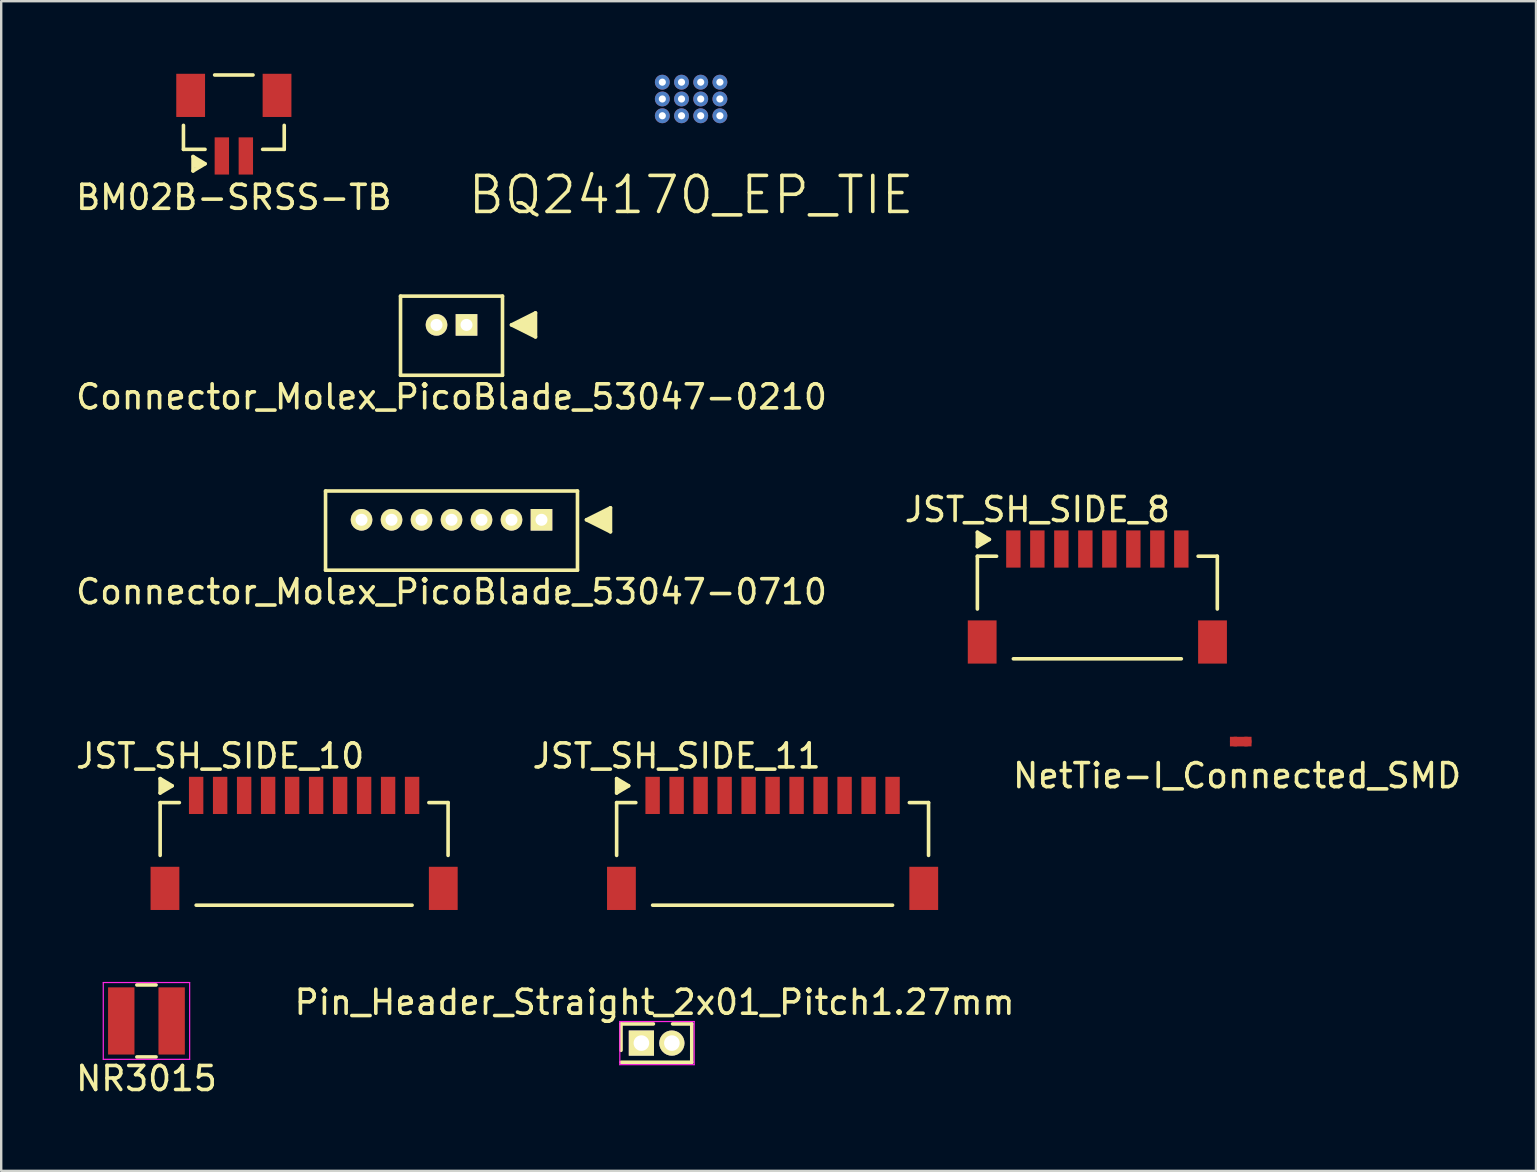
<source format=kicad_pcb>
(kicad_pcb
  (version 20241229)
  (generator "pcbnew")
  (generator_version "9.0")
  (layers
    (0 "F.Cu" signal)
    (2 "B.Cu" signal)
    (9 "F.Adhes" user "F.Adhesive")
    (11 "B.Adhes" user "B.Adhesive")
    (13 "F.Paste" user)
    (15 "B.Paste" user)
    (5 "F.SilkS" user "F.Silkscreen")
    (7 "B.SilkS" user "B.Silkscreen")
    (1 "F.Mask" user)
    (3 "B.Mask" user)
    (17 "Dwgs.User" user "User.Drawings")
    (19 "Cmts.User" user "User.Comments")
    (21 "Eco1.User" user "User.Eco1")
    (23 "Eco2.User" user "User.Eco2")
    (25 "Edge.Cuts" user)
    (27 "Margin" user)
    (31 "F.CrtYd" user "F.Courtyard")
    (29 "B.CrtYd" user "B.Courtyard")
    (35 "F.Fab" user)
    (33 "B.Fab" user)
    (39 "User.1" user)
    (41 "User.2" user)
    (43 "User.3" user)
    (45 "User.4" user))
  (footprint "JST_SH_SIDE_10"
    (layer "F.Cu")
    (at 5.125 30.101)
    (property "Reference" "JST_SH_SIDE_10" (at 1 -1.645 180) (layer "F.SilkS") (effects (font (size 1 1) (thickness 0.15))))
    (attr through_hole)
    (fp_line (start -1.5 -0.7) (end -1.5 -0.1) (stroke (width 0.15) (type solid)) (layer "F.SilkS"))
    (fp_line (start -1.5 -0.7) (end -1 -0.4) (stroke (width 0.15) (type solid)) (layer "F.SilkS"))
    (fp_line (start -1.5 0.3) (end -0.7 0.3) (stroke (width 0.15) (type solid)) (layer "F.SilkS"))
    (fp_line (start -1.5 2.5) (end -1.5 0.3) (stroke (width 0.15) (type solid)) (layer "F.SilkS"))
    (fp_line (start -1.4 -0.6) (end -1.4 -0.3) (stroke (width 0.15) (type solid)) (layer "F.SilkS"))
    (fp_line (start -1.3 -0.5) (end -1.3 -0.3) (stroke (width 0.15) (type solid)) (layer "F.SilkS"))
    (fp_line (start -1.2 -0.5) (end -1.2 -0.3) (stroke (width 0.15) (type solid)) (layer "F.SilkS"))
    (fp_line (start -1 -0.4) (end -1.5 -0.1) (stroke (width 0.15) (type solid)) (layer "F.SilkS"))
    (fp_line (start 0 4.575) (end 9 4.575) (stroke (width 0.15) (type solid)) (layer "F.SilkS"))
    (fp_line (start 9.7 0.3) (end 10.5 0.3) (stroke (width 0.15) (type solid)) (layer "F.SilkS"))
    (fp_line (start 10.5 2.5) (end 10.5 0.3) (stroke (width 0.15) (type solid)) (layer "F.SilkS"))
    (pad "" smd rect (at -1.3 3.875) (size 1.2 1.8) (layers "F.Cu" "F.Mask" "F.Paste"))
    (pad "" smd rect (at 10.3 3.875) (size 1.2 1.8) (layers "F.Cu" "F.Mask" "F.Paste"))
    (pad "1" smd rect (at 0 0) (size 0.6 1.55) (layers "F.Cu" "F.Mask" "F.Paste"))
    (pad "2" smd rect (at 1 0) (size 0.6 1.55) (layers "F.Cu" "F.Mask" "F.Paste"))
    (pad "3" smd rect (at 2 0) (size 0.6 1.55) (layers "F.Cu" "F.Mask" "F.Paste"))
    (pad "4" smd rect (at 3 0) (size 0.6 1.55) (layers "F.Cu" "F.Mask" "F.Paste"))
    (pad "5" smd rect (at 4 0) (size 0.6 1.55) (layers "F.Cu" "F.Mask" "F.Paste"))
    (pad "6" smd rect (at 5 0) (size 0.6 1.55) (layers "F.Cu" "F.Mask" "F.Paste"))
    (pad "7" smd rect (at 6 0) (size 0.6 1.55) (layers "F.Cu" "F.Mask" "F.Paste"))
    (pad "8" smd rect (at 7 0) (size 0.6 1.55) (layers "F.Cu" "F.Mask" "F.Paste"))
    (pad "9" smd rect (at 8 0) (size 0.6 1.55) (layers "F.Cu" "F.Mask" "F.Paste"))
    (pad "10" smd rect (at 9 0) (size 0.6 1.55) (layers "F.Cu" "F.Mask" "F.Paste")))
  (footprint "NetTie-I_Connected_SMD"
    (layer "F.Cu")
    (at 48.661 27.857)
    (property "Reference" "NetTie-I_Connected_SMD" (at -0.152 1.422 0) (layer "F.SilkS") (effects (font (size 1 1) (thickness 0.15))))
    (attr through_hole)
    (fp_line (start 0.25 0) (end -0.25 0) (stroke (width 0.4) (type solid)) (layer "F.Cu"))
    (pad "1" smd rect (at -0.3 0) (size 0.3 0.4) (layers "F.Cu"))
    (pad "2" smd rect (at 0.3 0 180) (size 0.3 0.4) (layers "F.Cu")))
  (footprint "Connector_Molex_PicoBlade_53047-0710"
    (layer "F.Cu")
    (at 15.768 18.614)
    (property "Reference" "Connector_Molex_PicoBlade_53047-0710" (at 0 3 0) (layer "F.SilkS") (effects (font (size 1 1) (thickness 0.15))))
    (attr smd)
    (fp_line (start -5.25 -1.2) (end 5.25 -1.2) (stroke (width 0.15) (type solid)) (layer "F.SilkS"))
    (fp_line (start -5.25 2.1) (end -5.25 -1.2) (stroke (width 0.15) (type solid)) (layer "F.SilkS"))
    (fp_line (start -5.25 2.1) (end 5.25 2.1) (stroke (width 0.15) (type solid)) (layer "F.SilkS"))
    (fp_line (start 5.25 -1.2) (end 5.25 2.1) (stroke (width 0.15) (type solid)) (layer "F.SilkS"))
    (fp_line (start 5.625 0) (end 6.625 -0.5) (stroke (width 0.15) (type solid)) (layer "F.SilkS"))
    (fp_line (start 5.625 0) (end 6.625 0.5) (stroke (width 0.15) (type solid)) (layer "F.SilkS"))
    (fp_line (start 5.725 0) (end 5.825 0) (stroke (width 0.15) (type solid)) (layer "F.SilkS"))
    (fp_line (start 5.925 -0.1) (end 5.925 0.1) (stroke (width 0.15) (type solid)) (layer "F.SilkS"))
    (fp_line (start 6.025 -0.1) (end 6.025 0.1) (stroke (width 0.15) (type solid)) (layer "F.SilkS"))
    (fp_line (start 6.125 0.2) (end 6.125 -0.2) (stroke (width 0.15) (type solid)) (layer "F.SilkS"))
    (fp_line (start 6.225 -0.2) (end 6.225 0.2) (stroke (width 0.15) (type solid)) (layer "F.SilkS"))
    (fp_line (start 6.325 0.3) (end 6.325 -0.3) (stroke (width 0.15) (type solid)) (layer "F.SilkS"))
    (fp_line (start 6.425 -0.3) (end 6.425 0.3) (stroke (width 0.15) (type solid)) (layer "F.SilkS"))
    (fp_line (start 6.525 -0.4) (end 6.525 0.4) (stroke (width 0.15) (type solid)) (layer "F.SilkS"))
    (fp_line (start 6.625 0.5) (end 6.625 -0.5) (stroke (width 0.15) (type solid)) (layer "F.SilkS"))
    (pad "1" thru_hole rect (at 3.75 0) (size 0.9 0.9) (drill 0.5) (layers "*.Cu" "*.Mask" "F.SilkS"))
    (pad "2" thru_hole circle (at 2.5 0) (size 0.9 0.9) (drill 0.5) (layers "*.Cu" "*.Mask" "F.SilkS"))
    (pad "3" thru_hole circle (at 1.25 0) (size 0.9 0.9) (drill 0.5) (layers "*.Cu" "*.Mask" "F.SilkS"))
    (pad "4" thru_hole circle (at 0 0) (size 0.9 0.9) (drill 0.5) (layers "*.Cu" "*.Mask" "F.SilkS"))
    (pad "5" thru_hole circle (at -1.25 0) (size 0.9 0.9) (drill 0.5) (layers "*.Cu" "*.Mask" "F.SilkS"))
    (pad "6" thru_hole circle (at -2.5 0) (size 0.9 0.9) (drill 0.5) (layers "*.Cu" "*.Mask" "F.SilkS"))
    (pad "7" thru_hole circle (at -3.75 0) (size 0.9 0.9) (drill 0.5) (layers "*.Cu" "*.Mask" "F.SilkS")))
  (footprint "BQ24170_EP_TIE"
    (layer "F.Cu")
    (at 25.754 1.075)
    (property "Reference" "BQ24170_EP_TIE" (at 0 4 0) (layer "F.SilkS") (effects (font (size 1.5 1.5) (thickness 0.15))))
    (attr through_hole)
    (fp_line (start -1.5 -1) (end 1.5 -1) (stroke (width 0.15) (type solid)) (layer "F.Mask"))
    (fp_line (start -1.5 1) (end -1.5 -1) (stroke (width 0.15) (type solid)) (layer "F.Mask"))
    (fp_line (start -1.4 -1) (end -1.4 1) (stroke (width 0.15) (type solid)) (layer "F.Mask"))
    (fp_line (start -1.2 -0.6) (end 1.2 -0.6) (stroke (width 0.7) (type solid)) (layer "F.Mask"))
    (fp_line (start -1.2 0) (end 1.2 0) (stroke (width 0.7) (type solid)) (layer "F.Mask"))
    (fp_line (start -1.2 0.6) (end 1.2 0.6) (stroke (width 0.7) (type solid)) (layer "F.Mask"))
    (fp_line (start 1.4 -1) (end 1.4 1) (stroke (width 0.15) (type solid)) (layer "F.Mask"))
    (fp_line (start 1.5 -1) (end 1.5 1) (stroke (width 0.15) (type solid)) (layer "F.Mask"))
    (fp_line (start 1.5 1) (end -1.5 1) (stroke (width 0.15) (type solid)) (layer "F.Mask"))
    (fp_line (start -1.5 -1) (end 1.5 -1) (stroke (width 0.15) (type solid)) (layer "F.Paste"))
    (fp_line (start -1.5 1) (end -1.5 -1) (stroke (width 0.15) (type solid)) (layer "F.Paste"))
    (fp_line (start -1.4 -1) (end -1.4 1) (stroke (width 0.15) (type solid)) (layer "F.Paste"))
    (fp_line (start -1.2 -0.6) (end 1.2 -0.6) (stroke (width 0.7) (type solid)) (layer "F.Paste"))
    (fp_line (start -1.2 0) (end 1.2 0) (stroke (width 0.7) (type solid)) (layer "F.Paste"))
    (fp_line (start -1.2 0.6) (end 1.2 0.6) (stroke (width 0.7) (type solid)) (layer "F.Paste"))
    (fp_line (start 1.4 -1) (end 1.4 1) (stroke (width 0.15) (type solid)) (layer "F.Paste"))
    (fp_line (start 1.5 -1) (end 1.5 1) (stroke (width 0.15) (type solid)) (layer "F.Paste"))
    (fp_line (start 1.5 1) (end -1.5 1) (stroke (width 0.15) (type solid)) (layer "F.Paste"))
    (pad "1" thru_hole circle (at -1.2 -0.7) (size 0.62 0.62) (drill 0.3) (layers "*.Cu"))
    (pad "1" thru_hole circle (at -1.2 0) (size 0.62 0.62) (drill 0.3) (layers "*.Cu"))
    (pad "1" thru_hole circle (at -1.2 0.7) (size 0.62 0.62) (drill 0.3) (layers "*.Cu"))
    (pad "1" thru_hole circle (at -0.4 -0.7) (size 0.62 0.62) (drill 0.3) (layers "*.Cu"))
    (pad "1" thru_hole circle (at -0.4 0) (size 0.62 0.62) (drill 0.3) (layers "*.Cu"))
    (pad "1" thru_hole circle (at -0.4 0.7) (size 0.62 0.62) (drill 0.3) (layers "*.Cu"))
    (pad "2" thru_hole circle (at 0.4 -0.7) (size 0.62 0.62) (drill 0.3) (layers "*.Cu"))
    (pad "2" thru_hole circle (at 0.4 0) (size 0.62 0.62) (drill 0.3) (layers "*.Cu"))
    (pad "2" thru_hole circle (at 0.4 0.7) (size 0.62 0.62) (drill 0.3) (layers "*.Cu"))
    (pad "2" thru_hole circle (at 1.2 -0.7) (size 0.62 0.62) (drill 0.3) (layers "*.Cu"))
    (pad "2" thru_hole circle (at 1.2 0) (size 0.62 0.62) (drill 0.3) (layers "*.Cu"))
    (pad "2" thru_hole circle (at 1.2 0.7) (size 0.62 0.62) (drill 0.3) (layers "*.Cu")))
  (footprint "Connector_Molex_PicoBlade_53047-0210"
    (layer "F.Cu")
    (at 15.768 10.491)
    (property "Reference" "Connector_Molex_PicoBlade_53047-0210" (at 0 3 0) (layer "F.SilkS") (effects (font (size 1 1) (thickness 0.15))))
    (attr smd)
    (fp_line (start -2.125 -1.2) (end 2.125 -1.2) (stroke (width 0.15) (type solid)) (layer "F.SilkS"))
    (fp_line (start -2.125 2.1) (end -2.125 -1.2) (stroke (width 0.15) (type solid)) (layer "F.SilkS"))
    (fp_line (start 2.125 -1.2) (end 2.125 2.1) (stroke (width 0.15) (type solid)) (layer "F.SilkS"))
    (fp_line (start 2.125 2.1) (end -2.125 2.1) (stroke (width 0.15) (type solid)) (layer "F.SilkS"))
    (fp_line (start 2.5 0) (end 3.5 -0.5) (stroke (width 0.15) (type solid)) (layer "F.SilkS"))
    (fp_line (start 2.5 0) (end 3.5 0.5) (stroke (width 0.15) (type solid)) (layer "F.SilkS"))
    (fp_line (start 2.6 0) (end 2.7 0) (stroke (width 0.15) (type solid)) (layer "F.SilkS"))
    (fp_line (start 2.8 -0.1) (end 2.8 0.1) (stroke (width 0.15) (type solid)) (layer "F.SilkS"))
    (fp_line (start 2.9 -0.1) (end 2.9 0.1) (stroke (width 0.15) (type solid)) (layer "F.SilkS"))
    (fp_line (start 3 0.2) (end 3 -0.2) (stroke (width 0.15) (type solid)) (layer "F.SilkS"))
    (fp_line (start 3.1 -0.2) (end 3.1 0.2) (stroke (width 0.15) (type solid)) (layer "F.SilkS"))
    (fp_line (start 3.2 0.3) (end 3.2 -0.3) (stroke (width 0.15) (type solid)) (layer "F.SilkS"))
    (fp_line (start 3.3 -0.3) (end 3.3 0.3) (stroke (width 0.15) (type solid)) (layer "F.SilkS"))
    (fp_line (start 3.4 -0.4) (end 3.4 0.4) (stroke (width 0.15) (type solid)) (layer "F.SilkS"))
    (fp_line (start 3.5 0.5) (end 3.5 -0.5) (stroke (width 0.15) (type solid)) (layer "F.SilkS"))
    (pad "1" thru_hole rect (at 0.625 0) (size 0.9 0.9) (drill 0.5) (layers "*.Cu" "*.Mask" "F.SilkS"))
    (pad "2" thru_hole circle (at -0.625 0) (size 0.9 0.9) (drill 0.5) (layers "*.Cu" "*.Mask" "F.SilkS")))
  (footprint "NR3015"
    (layer "F.Cu")
    (at 3.054 39.501)
    (property "Reference" "NR3015" (at 0 2.4 0) (layer "F.SilkS") (effects (font (size 1 1) (thickness 0.15))))
    (attr smd)
    (fp_line (start -0.4 -1.5) (end 0.4 -1.5) (stroke (width 0.15) (type solid)) (layer "F.SilkS"))
    (fp_line (start 0.4 1.5) (end -0.4 1.5) (stroke (width 0.15) (type solid)) (layer "F.SilkS"))
    (fp_line (start -1.8 -1.6) (end 1.8 -1.6) (stroke (width 0.05) (type solid)) (layer "F.CrtYd"))
    (fp_line (start -1.8 1.6) (end -1.8 -1.6) (stroke (width 0.05) (type solid)) (layer "F.CrtYd"))
    (fp_line (start 1.8 -1.6) (end 1.8 1.6) (stroke (width 0.05) (type solid)) (layer "F.CrtYd"))
    (fp_line (start 1.8 1.6) (end -1.8 1.6) (stroke (width 0.05) (type solid)) (layer "F.CrtYd"))
    (pad "1" smd rect (at -1.05 0) (size 1.1 2.8) (layers "F.Cu" "F.Mask" "F.Paste"))
    (pad "2" smd rect (at 1.05 0) (size 1.1 2.8) (layers "F.Cu" "F.Mask" "F.Paste")))
  (footprint "JST_SH_SIDE_8"
    (layer "F.Cu")
    (at 39.185 19.832)
    (property "Reference" "JST_SH_SIDE_8" (at 1 -1.645 180) (layer "F.SilkS") (effects (font (size 1 1) (thickness 0.15))))
    (attr through_hole)
    (fp_line (start -1.5 -0.7) (end -1.5 -0.1) (stroke (width 0.15) (type solid)) (layer "F.SilkS"))
    (fp_line (start -1.5 -0.7) (end -1 -0.4) (stroke (width 0.15) (type solid)) (layer "F.SilkS"))
    (fp_line (start -1.5 0.3) (end -0.7 0.3) (stroke (width 0.15) (type solid)) (layer "F.SilkS"))
    (fp_line (start -1.5 2.5) (end -1.5 0.3) (stroke (width 0.15) (type solid)) (layer "F.SilkS"))
    (fp_line (start -1.4 -0.6) (end -1.4 -0.3) (stroke (width 0.15) (type solid)) (layer "F.SilkS"))
    (fp_line (start -1.3 -0.5) (end -1.3 -0.3) (stroke (width 0.15) (type solid)) (layer "F.SilkS"))
    (fp_line (start -1.2 -0.5) (end -1.2 -0.3) (stroke (width 0.15) (type solid)) (layer "F.SilkS"))
    (fp_line (start -1 -0.4) (end -1.5 -0.1) (stroke (width 0.15) (type solid)) (layer "F.SilkS"))
    (fp_line (start 0 4.575) (end 7 4.575) (stroke (width 0.15) (type solid)) (layer "F.SilkS"))
    (fp_line (start 7.7 0.3) (end 8.5 0.3) (stroke (width 0.15) (type solid)) (layer "F.SilkS"))
    (fp_line (start 8.5 2.5) (end 8.5 0.3) (stroke (width 0.15) (type solid)) (layer "F.SilkS"))
    (pad "" smd rect (at -1.3 3.875) (size 1.2 1.8) (layers "F.Cu" "F.Mask" "F.Paste"))
    (pad "" smd rect (at 8.3 3.875) (size 1.2 1.8) (layers "F.Cu" "F.Mask" "F.Paste"))
    (pad "1" smd rect (at 0 0) (size 0.6 1.55) (layers "F.Cu" "F.Mask" "F.Paste"))
    (pad "2" smd rect (at 1 0) (size 0.6 1.55) (layers "F.Cu" "F.Mask" "F.Paste"))
    (pad "3" smd rect (at 2 0) (size 0.6 1.55) (layers "F.Cu" "F.Mask" "F.Paste"))
    (pad "4" smd rect (at 3 0) (size 0.6 1.55) (layers "F.Cu" "F.Mask" "F.Paste"))
    (pad "5" smd rect (at 4 0) (size 0.6 1.55) (layers "F.Cu" "F.Mask" "F.Paste"))
    (pad "6" smd rect (at 5 0) (size 0.6 1.55) (layers "F.Cu" "F.Mask" "F.Paste"))
    (pad "7" smd rect (at 6 0) (size 0.6 1.55) (layers "F.Cu" "F.Mask" "F.Paste"))
    (pad "8" smd rect (at 7 0) (size 0.6 1.55) (layers "F.Cu" "F.Mask" "F.Paste")))
  (footprint "Pin_Header_Straight_2x01_Pitch1.27mm"
    (layer "F.Cu")
    (at 23.682 40.424)
    (property "Reference" "Pin_Header_Straight_2x01_Pitch1.27mm" (at 0.55 -1.7 0) (layer "F.SilkS") (effects (font (size 1 1) (thickness 0.15))))
    (attr through_hole)
    (fp_line (start -0.85 -0.8) (end -0.85 0.3) (stroke (width 0.15) (type solid)) (layer "F.SilkS"))
    (fp_line (start 0.5 -0.8) (end -0.85 -0.8) (stroke (width 0.15) (type solid)) (layer "F.SilkS"))
    (fp_line (start 2.1 -0.8) (end 1.3 -0.8) (stroke (width 0.15) (type solid)) (layer "F.SilkS"))
    (fp_line (start 2.1 0.8) (end -0.85 0.8) (stroke (width 0.15) (type solid)) (layer "F.SilkS"))
    (fp_line (start 2.1 0.8) (end 2.1 -0.8) (stroke (width 0.15) (type solid)) (layer "F.SilkS"))
    (fp_line (start -0.9 -0.9) (end -0.9 0.9) (stroke (width 0.05) (type solid)) (layer "F.CrtYd"))
    (fp_line (start -0.9 -0.9) (end 2.2 -0.9) (stroke (width 0.05) (type solid)) (layer "F.CrtYd"))
    (fp_line (start -0.9 0.9) (end 2.2 0.9) (stroke (width 0.05) (type solid)) (layer "F.CrtYd"))
    (fp_line (start 2.2 -0.9) (end 2.2 0.9) (stroke (width 0.05) (type solid)) (layer "F.CrtYd"))
    (pad "1" thru_hole rect (at 0 0) (size 1.05 1.05) (drill 0.65) (layers "*.Cu" "*.Mask" "F.SilkS"))
    (pad "2" thru_hole circle (at 1.27 0) (size 1.05 1.05) (drill 0.65) (layers "*.Cu" "*.Mask" "F.SilkS")))
  (footprint "JST_SH_SIDE_11"
    (layer "F.Cu")
    (at 24.15 30.101)
    (property "Reference" "JST_SH_SIDE_11" (at 1 -1.645 180) (layer "F.SilkS") (effects (font (size 1 1) (thickness 0.15))))
    (attr through_hole)
    (fp_line (start -1.5 -0.7) (end -1.5 -0.1) (stroke (width 0.15) (type solid)) (layer "F.SilkS"))
    (fp_line (start -1.5 -0.7) (end -1 -0.4) (stroke (width 0.15) (type solid)) (layer "F.SilkS"))
    (fp_line (start -1.5 0.3) (end -0.7 0.3) (stroke (width 0.15) (type solid)) (layer "F.SilkS"))
    (fp_line (start -1.5 2.5) (end -1.5 0.3) (stroke (width 0.15) (type solid)) (layer "F.SilkS"))
    (fp_line (start -1.4 -0.6) (end -1.4 -0.3) (stroke (width 0.15) (type solid)) (layer "F.SilkS"))
    (fp_line (start -1.3 -0.5) (end -1.3 -0.3) (stroke (width 0.15) (type solid)) (layer "F.SilkS"))
    (fp_line (start -1.2 -0.5) (end -1.2 -0.3) (stroke (width 0.15) (type solid)) (layer "F.SilkS"))
    (fp_line (start -1 -0.4) (end -1.5 -0.1) (stroke (width 0.15) (type solid)) (layer "F.SilkS"))
    (fp_line (start 0 4.575) (end 10 4.575) (stroke (width 0.15) (type solid)) (layer "F.SilkS"))
    (fp_line (start 10.7 0.3) (end 11.5 0.3) (stroke (width 0.15) (type solid)) (layer "F.SilkS"))
    (fp_line (start 11.5 2.5) (end 11.5 0.3) (stroke (width 0.15) (type solid)) (layer "F.SilkS"))
    (pad "" smd rect (at -1.3 3.875) (size 1.2 1.8) (layers "F.Cu" "F.Mask" "F.Paste"))
    (pad "" smd rect (at 11.3 3.875) (size 1.2 1.8) (layers "F.Cu" "F.Mask" "F.Paste"))
    (pad "1" smd rect (at 0 0) (size 0.6 1.55) (layers "F.Cu" "F.Mask" "F.Paste"))
    (pad "2" smd rect (at 1 0) (size 0.6 1.55) (layers "F.Cu" "F.Mask" "F.Paste"))
    (pad "3" smd rect (at 2 0) (size 0.6 1.55) (layers "F.Cu" "F.Mask" "F.Paste"))
    (pad "4" smd rect (at 3 0) (size 0.6 1.55) (layers "F.Cu" "F.Mask" "F.Paste"))
    (pad "5" smd rect (at 4 0) (size 0.6 1.55) (layers "F.Cu" "F.Mask" "F.Paste"))
    (pad "6" smd rect (at 5 0) (size 0.6 1.55) (layers "F.Cu" "F.Mask" "F.Paste"))
    (pad "7" smd rect (at 6 0) (size 0.6 1.55) (layers "F.Cu" "F.Mask" "F.Paste"))
    (pad "8" smd rect (at 7 0) (size 0.6 1.55) (layers "F.Cu" "F.Mask" "F.Paste"))
    (pad "9" smd rect (at 8 0) (size 0.6 1.55) (layers "F.Cu" "F.Mask" "F.Paste"))
    (pad "10" smd rect (at 9 0) (size 0.6 1.55) (layers "F.Cu" "F.Mask" "F.Paste"))
    (pad "11" smd rect (at 10 0) (size 0.6 1.55) (layers "F.Cu" "F.Mask" "F.Paste")))
  (footprint "BM02B-SRSS-TB"
    (layer "F.Cu")
    (at 6.696 0.825)
    (property "Reference" "BM02B-SRSS-TB" (at 0 4.35 180) (layer "F.SilkS") (effects (font (size 1 1) (thickness 0.15))))
    (attr smd)
    (fp_line (start -2.1 2.35) (end -2.1 1.35) (stroke (width 0.15) (type solid)) (layer "F.SilkS"))
    (fp_line (start -2.1 2.35) (end -1.2 2.35) (stroke (width 0.15) (type solid)) (layer "F.SilkS"))
    (fp_line (start -1.7 2.65) (end -1.7 3.25) (stroke (width 0.15) (type solid)) (layer "F.SilkS"))
    (fp_line (start -1.7 2.65) (end -1.2 2.95) (stroke (width 0.15) (type solid)) (layer "F.SilkS"))
    (fp_line (start -1.6 2.75) (end -1.6 3.05) (stroke (width 0.15) (type solid)) (layer "F.SilkS"))
    (fp_line (start -1.5 2.85) (end -1.5 3.05) (stroke (width 0.15) (type solid)) (layer "F.SilkS"))
    (fp_line (start -1.4 2.85) (end -1.4 3.05) (stroke (width 0.15) (type solid)) (layer "F.SilkS"))
    (fp_line (start -1.2 2.95) (end -1.7 3.25) (stroke (width 0.15) (type solid)) (layer "F.SilkS"))
    (fp_line (start -0.8 -0.75) (end 0.8 -0.75) (stroke (width 0.15) (type solid)) (layer "F.SilkS"))
    (fp_line (start 1.2 2.35) (end 2.1 2.35) (stroke (width 0.15) (type solid)) (layer "F.SilkS"))
    (fp_line (start 2.1 2.35) (end 2.1 1.35) (stroke (width 0.15) (type solid)) (layer "F.SilkS"))
    (pad "" smd rect (at -1.8 0.1) (size 1.2 1.8) (layers "F.Cu" "F.Mask" "F.Paste"))
    (pad "" smd rect (at 1.8 0.1) (size 1.2 1.8) (layers "F.Cu" "F.Mask" "F.Paste"))
    (pad "1" smd rect (at -0.5 2.625) (size 0.6 1.55) (layers "F.Cu" "F.Mask" "F.Paste"))
    (pad "2" smd rect (at 0.5 2.625) (size 0.6 1.55) (layers "F.Cu" "F.Mask" "F.Paste")))
  (gr_rect
    (start -3 -3)
    (end 60.967 45.749)
    (stroke (width 0.1) (type default))
    (fill no)
    (layer "Edge.Cuts")))
</source>
